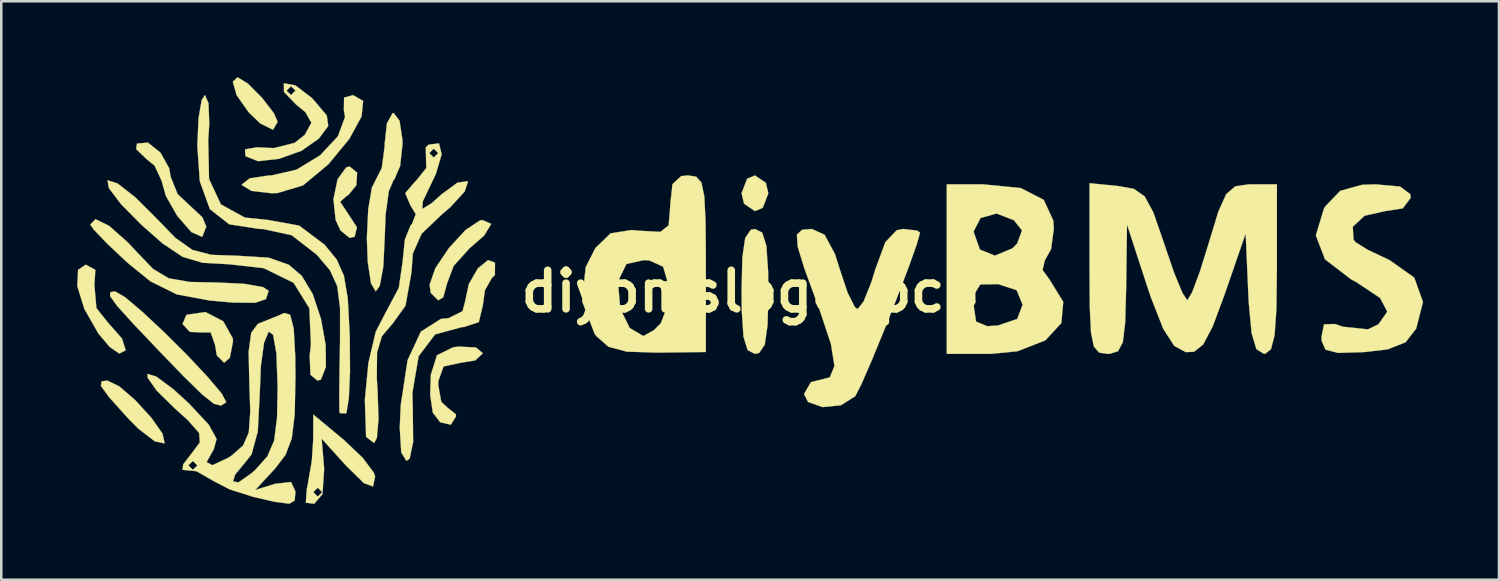
<source format=kicad_pcb>
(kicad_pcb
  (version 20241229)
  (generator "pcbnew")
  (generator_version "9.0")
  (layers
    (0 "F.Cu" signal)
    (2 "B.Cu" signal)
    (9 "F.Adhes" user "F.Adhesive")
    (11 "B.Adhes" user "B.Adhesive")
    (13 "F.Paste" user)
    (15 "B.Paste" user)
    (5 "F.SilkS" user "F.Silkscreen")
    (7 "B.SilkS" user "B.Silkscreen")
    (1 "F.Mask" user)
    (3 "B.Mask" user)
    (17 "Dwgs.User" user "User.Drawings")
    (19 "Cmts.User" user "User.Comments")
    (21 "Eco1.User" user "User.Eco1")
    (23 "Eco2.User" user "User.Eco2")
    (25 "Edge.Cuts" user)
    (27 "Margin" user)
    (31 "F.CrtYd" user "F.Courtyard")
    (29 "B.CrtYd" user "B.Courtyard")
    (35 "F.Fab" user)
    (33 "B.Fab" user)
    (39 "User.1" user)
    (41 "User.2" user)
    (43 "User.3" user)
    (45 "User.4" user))
  (footprint "diybmslogo_pcb"
    (layer "F.Cu")
    (at 26.624 8.472)
    (property "Reference" "diybmslogo_pcb" (at 0 0 0) (layer "F.SilkS") (effects (font (size 1.524 1.524) (thickness 0.3))))
    (attr through_hole)
    (fp_poly (pts (xy 0.607 -4.292) (xy 0.706 -3.881) (xy 0.485 -3.306) (xy 0.176 -3.175) (xy -0.255 -3.469) (xy -0.353 -3.881) (xy -0.132 -4.455) (xy 0.176 -4.586) (xy 0.607 -4.292)) (stroke (width 0.01) (type solid)) (fill yes) (layer "F.SilkS"))
    (fp_poly (pts (xy -19.874 -8.219) (xy -19.312 -7.654) (xy -18.843 -7.043) (xy -18.697 -6.703) (xy -18.881 -6.391) (xy -19.387 -6.643) (xy -19.844 -7.085) (xy -20.318 -7.758) (xy -20.468 -8.288) (xy -20.285 -8.467) (xy -19.874 -8.219)) (stroke (width 0.01) (type solid)) (fill yes) (layer "F.SilkS"))
    (fp_poly (pts (xy -25.904 -0.852) (xy -25.942 -0.249) (xy -25.862 0.659) (xy -25.42 1.217) (xy -24.847 1.868) (xy -24.705 2.328) (xy -24.959 2.458) (xy -25.338 2.194) (xy -25.785 1.665) (xy -26.34 0.69) (xy -26.619 -0.21) (xy -26.587 -0.852) (xy -26.282 -1.058) (xy -25.904 -0.852)) (stroke (width 0.01) (type solid)) (fill yes) (layer "F.SilkS"))
    (fp_poly (pts (xy -24.955 3.755) (xy -24.319 4.307) (xy -23.692 4.994) (xy -23.249 5.622) (xy -23.165 5.999) (xy -23.173 6.008) (xy -23.553 5.928) (xy -24.202 5.43) (xy -24.606 5.023) (xy -25.358 4.184) (xy -25.686 3.734) (xy -25.654 3.555) (xy -25.427 3.528) (xy -24.955 3.755)) (stroke (width 0.01) (type solid)) (fill yes) (layer "F.SilkS"))
    (fp_poly (pts (xy -20.844 1.184) (xy -20.47 1.856) (xy -20.461 1.981) (xy -20.587 2.624) (xy -20.814 2.822) (xy -21.102 2.527) (xy -21.167 2.128) (xy -21.344 1.62) (xy -21.66 1.623) (xy -22.167 1.601) (xy -22.457 1.289) (xy -22.306 0.932) (xy -22.292 0.923) (xy -21.552 0.815) (xy -20.844 1.184)) (stroke (width 0.01) (type solid)) (fill yes) (layer "F.SilkS"))
    (fp_poly (pts (xy -10.251 -2.668) (xy -10.53 -2.209) (xy -11.113 -1.701) (xy -11.738 -1.008) (xy -11.994 -0.327) (xy -12.147 0.232) (xy -12.347 0.353) (xy -12.641 0.062) (xy -12.689 -0.265) (xy -12.459 -0.919) (xy -11.918 -1.722) (xy -11.263 -2.432) (xy -10.692 -2.808) (xy -10.6 -2.822) (xy -10.251 -2.668)) (stroke (width 0.01) (type solid)) (fill yes) (layer "F.SilkS"))
    (fp_poly (pts (xy -15.553 -4.695) (xy -15.584 -4.198) (xy -15.911 -3.8) (xy -15.963 -3.778) (xy -16.227 -3.542) (xy -15.963 -3.149) (xy -15.562 -2.535) (xy -15.65 -2.162) (xy -15.851 -2.117) (xy -16.209 -2.408) (xy -16.404 -2.822) (xy -16.49 -3.644) (xy -16.326 -4.434) (xy -15.987 -4.903) (xy -15.851 -4.939) (xy -15.553 -4.695)) (stroke (width 0.01) (type solid)) (fill yes) (layer "F.SilkS"))
    (fp_poly (pts (xy 0.464 -2.324) (xy 0.628 -1.802) (xy 0.698 -0.773) (xy 0.706 0) (xy 0.674 1.342) (xy 0.563 2.11) (xy 0.342 2.433) (xy 0.176 2.469) (xy -0.111 2.324) (xy -0.276 1.802) (xy -0.345 0.773) (xy -0.353 0) (xy -0.322 -1.342) (xy -0.21 -2.11) (xy 0.011 -2.433) (xy 0.176 -2.469) (xy 0.464 -2.324)) (stroke (width 0.01) (type solid)) (fill yes) (layer "F.SilkS"))
    (fp_poly (pts (xy -23.329 -5.487) (xy -22.981 -4.864) (xy -22.931 -4.546) (xy -22.654 -3.851) (xy -22.225 -3.446) (xy -21.671 -2.93) (xy -21.519 -2.561) (xy -21.677 -2.155) (xy -22.109 -2.346) (xy -22.666 -2.988) (xy -23.117 -3.778) (xy -23.283 -4.37) (xy -23.56 -4.971) (xy -23.898 -5.248) (xy -24.289 -5.628) (xy -24.259 -5.845) (xy -23.827 -5.884) (xy -23.329 -5.487)) (stroke (width 0.01) (type solid)) (fill yes) (layer "F.SilkS"))
    (fp_poly (pts (xy -24.733 0.226) (xy -24.037 0.814) (xy -23.17 1.626) (xy -22.268 2.525) (xy -21.469 3.375) (xy -20.91 4.038) (xy -20.727 4.378) (xy -20.733 4.387) (xy -20.938 4.516) (xy -21.216 4.442) (xy -21.672 4.083) (xy -22.411 3.36) (xy -23.372 2.366) (xy -24.423 1.26) (xy -25.05 0.564) (xy -25.323 0.185) (xy -25.309 0.028) (xy -25.12 0) (xy -24.733 0.226)) (stroke (width 0.01) (type solid)) (fill yes) (layer "F.SilkS"))
    (fp_poly (pts (xy -10.854 2.217) (xy -10.583 2.446) (xy -10.885 2.729) (xy -11.465 2.822) (xy -12.137 2.968) (xy -12.343 3.542) (xy -12.347 3.704) (xy -12.226 4.367) (xy -11.994 4.586) (xy -11.652 4.855) (xy -11.642 4.939) (xy -11.85 5.271) (xy -12.269 5.174) (xy -12.561 4.792) (xy -12.666 4.083) (xy -12.638 3.293) (xy -12.397 2.525) (xy -11.767 2.212) (xy -11.553 2.181) (xy -10.854 2.217)) (stroke (width 0.01) (type solid)) (fill yes) (layer "F.SilkS"))
    (fp_poly (pts (xy -15.315 -7.531) (xy -15.378 -6.918) (xy -15.861 -6.033) (xy -16.689 -5.027) (xy -17.692 -4.193) (xy -18.704 -3.889) (xy -18.943 -3.881) (xy -19.731 -3.974) (xy -20.104 -4.202) (xy -20.108 -4.233) (xy -19.799 -4.472) (xy -19.045 -4.585) (xy -18.94 -4.586) (xy -17.951 -4.812) (xy -17.016 -5.381) (xy -16.316 -6.129) (xy -16.032 -6.893) (xy -16.078 -7.175) (xy -16.07 -7.662) (xy -15.713 -7.761) (xy -15.315 -7.531)) (stroke (width 0.01) (type solid)) (fill yes) (layer "F.SilkS"))
    (fp_poly (pts (xy -25.361 -2.593) (xy -24.609 -1.929) (xy -24.294 -1.587) (xy -23.62 -0.887) (xy -23 -0.517) (xy -22.166 -0.374) (xy -21.13 -0.353) (xy -20.025 -0.302) (xy -19.27 -0.169) (xy -19.05 -0.021) (xy -19.161 0.304) (xy -19.588 0.45) (xy -20.474 0.441) (xy -21.384 0.36) (xy -22.682 0.119) (xy -23.728 -0.399) (xy -24.647 -1.146) (xy -25.446 -1.899) (xy -25.976 -2.454) (xy -26.106 -2.645) (xy -25.899 -2.855) (xy -25.361 -2.593)) (stroke (width 0.01) (type solid)) (fill yes) (layer "F.SilkS"))
    (fp_poly (pts (xy -13.876 -6.746) (xy -13.761 -5.986) (xy -13.758 -5.842) (xy -13.852 -4.963) (xy -14.08 -4.434) (xy -14.111 -4.41) (xy -14.3 -3.966) (xy -14.428 -3.038) (xy -14.464 -2.096) (xy -14.518 -0.977) (xy -14.659 -0.219) (xy -14.817 0) (xy -15.005 -0.321) (xy -15.133 -1.158) (xy -15.169 -2.096) (xy -15.114 -3.251) (xy -14.971 -4.1) (xy -14.817 -4.41) (xy -14.578 -4.879) (xy -14.465 -5.734) (xy -14.464 -5.842) (xy -14.374 -6.649) (xy -14.153 -7.047) (xy -14.111 -7.056) (xy -13.876 -6.746)) (stroke (width 0.01) (type solid)) (fill yes) (layer "F.SilkS"))
    (fp_poly (pts (xy -16.077 5.874) (xy -15.334 6.579) (xy -14.893 7.167) (xy -14.842 7.32) (xy -14.924 7.713) (xy -15.285 7.581) (xy -15.983 6.897) (xy -16.08 6.791) (xy -16.956 5.821) (xy -16.857 7.026) (xy -16.923 8.015) (xy -17.251 8.396) (xy -17.582 8.353) (xy -17.551 7.938) (xy -17.286 7.938) (xy -17.11 8.114) (xy -16.933 7.938) (xy -17.11 7.761) (xy -17.286 7.938) (xy -17.551 7.938) (xy -17.541 7.799) (xy -17.521 7.72) (xy -17.345 6.701) (xy -17.291 5.874) (xy -17.286 4.869) (xy -16.077 5.874)) (stroke (width 0.01) (type solid)) (fill yes) (layer "F.SilkS"))
    (fp_poly (pts (xy -10.102 -1.136) (xy -10.106 -0.646) (xy -10.225 -0.533) (xy -10.502 -0.043) (xy -10.583 0.55) (xy -10.742 1.215) (xy -11.336 1.41) (xy -11.411 1.411) (xy -12.47 1.699) (xy -13.122 2.562) (xy -13.367 4.001) (xy -13.351 4.74) (xy -13.339 5.954) (xy -13.477 6.611) (xy -13.604 6.703) (xy -13.81 6.366) (xy -13.868 5.391) (xy -13.829 4.498) (xy -13.559 2.722) (xy -13.034 1.59) (xy -12.244 1.089) (xy -11.94 1.058) (xy -11.385 0.782) (xy -11.289 0.42) (xy -11.136 -0.29) (xy -10.78 -0.91) (xy -10.374 -1.239) (xy -10.102 -1.136)) (stroke (width 0.01) (type solid)) (fill yes) (layer "F.SilkS"))
    (fp_poly (pts (xy -25.025 -4.268) (xy -24.331 -3.726) (xy -23.608 -3.009) (xy -22.741 -2.118) (xy -22.066 -1.64) (xy -21.32 -1.446) (xy -20.301 -1.411) (xy -19.06 -1.335) (xy -18.257 -1.055) (xy -17.744 -0.617) (xy -17.308 0.108) (xy -16.982 1.089) (xy -16.798 2.117) (xy -16.788 2.983) (xy -16.982 3.48) (xy -17.119 3.528) (xy -17.4 3.295) (xy -17.429 2.53) (xy -17.381 2.103) (xy -17.442 0.669) (xy -18.064 -0.339) (xy -19.246 -0.919) (xy -20.611 -1.072) (xy -21.661 -1.131) (xy -22.451 -1.366) (xy -23.245 -1.896) (xy -24.084 -2.635) (xy -24.89 -3.45) (xy -25.37 -4.085) (xy -25.423 -4.395) (xy -25.025 -4.268)) (stroke (width 0.01) (type solid)) (fill yes) (layer "F.SilkS"))
    (fp_poly (pts (xy -17.993 -8.146) (xy -17.357 -7.657) (xy -17.279 -7.578) (xy -16.754 -6.957) (xy -16.695 -6.543) (xy -17.062 -6.05) (xy -17.073 -6.038) (xy -17.753 -5.561) (xy -18.643 -5.243) (xy -19.471 -5.15) (xy -19.965 -5.345) (xy -19.968 -5.35) (xy -19.987 -5.616) (xy -19.51 -5.698) (xy -18.843 -5.666) (xy -18.023 -5.874) (xy -17.626 -6.189) (xy -17.361 -6.665) (xy -17.596 -7.086) (xy -17.969 -7.391) (xy -18.447 -7.89) (xy -18.447 -7.938) (xy -18.344 -7.938) (xy -18.168 -7.761) (xy -17.992 -7.938) (xy -18.168 -8.114) (xy -18.344 -7.938) (xy -18.447 -7.938) (xy -18.449 -8.225) (xy -18.444 -8.229) (xy -17.993 -8.146)) (stroke (width 0.01) (type solid)) (fill yes) (layer "F.SilkS"))
    (fp_poly (pts (xy 6.592 -2.404) (xy 6.703 -2.323) (xy 6.577 -1.867) (xy 6.249 -0.947) (xy 5.792 0.253) (xy 5.28 1.547) (xy 4.785 2.75) (xy 4.381 3.677) (xy 4.141 4.143) (xy 4.14 4.145) (xy 3.57 4.503) (xy 2.849 4.574) (xy 2.274 4.371) (xy 2.117 4.057) (xy 2.388 3.589) (xy 2.625 3.528) (xy 3.135 3.399) (xy 3.32 2.949) (xy 3.18 2.077) (xy 2.718 0.687) (xy 2.652 0.511) (xy 2.134 -0.897) (xy 1.865 -1.774) (xy 1.835 -2.245) (xy 2.035 -2.435) (xy 2.424 -2.469) (xy 2.929 -2.241) (xy 3.339 -1.48) (xy 3.528 -0.882) (xy 3.84 0.054) (xy 4.128 0.624) (xy 4.233 0.706) (xy 4.473 0.398) (xy 4.785 -0.381) (xy 4.939 -0.882) (xy 5.331 -1.945) (xy 5.78 -2.418) (xy 6.043 -2.469) (xy 6.592 -2.404)) (stroke (width 0.01) (type solid)) (fill yes) (layer "F.SilkS"))
    (fp_poly (pts (xy 25.681 -4.145) (xy 26.081 -3.852) (xy 26.106 -3.704) (xy 25.792 -3.283) (xy 25.085 -3.175) (xy 24.281 -2.992) (xy 23.814 -2.556) (xy 23.844 -2.042) (xy 23.925 -1.944) (xy 24.393 -1.651) (xy 25.201 -1.268) (xy 25.26 -1.243) (xy 26.245 -0.545) (xy 26.589 0.419) (xy 26.321 1.47) (xy 25.901 2.011) (xy 25.19 2.292) (xy 24.245 2.401) (xy 23.231 2.431) (xy 22.737 2.305) (xy 22.584 1.959) (xy 22.578 1.792) (xy 22.676 1.302) (xy 23.107 1.288) (xy 23.423 1.397) (xy 24.415 1.5) (xy 24.828 1.3) (xy 25.178 0.802) (xy 24.896 0.262) (xy 23.955 -0.368) (xy 23.749 -0.476) (xy 22.716 -1.268) (xy 22.353 -2.216) (xy 22.676 -3.279) (xy 22.733 -3.369) (xy 23.318 -3.976) (xy 24.17 -4.213) (xy 24.703 -4.233) (xy 25.681 -4.145)) (stroke (width 0.01) (type solid)) (fill yes) (layer "F.SilkS"))
    (fp_poly (pts (xy -21.431 -7.446) (xy -21.399 -6.64) (xy -21.441 -5.987) (xy -21.409 -4.447) (xy -20.939 -3.441) (xy -19.998 -2.921) (xy -19.061 -2.822) (xy -17.847 -2.602) (xy -16.846 -1.852) (xy -16.365 -1.266) (xy -16.075 -0.622) (xy -15.922 0.289) (xy -15.849 1.675) (xy -15.844 1.857) (xy -15.835 3.184) (xy -15.881 4.223) (xy -15.973 4.786) (xy -15.997 4.826) (xy -16.239 4.811) (xy -16.255 4.733) (xy -16.261 4.238) (xy -16.252 3.252) (xy -16.23 1.987) (xy -16.229 1.986) (xy -16.229 0.652) (xy -16.34 -0.211) (xy -16.625 -0.833) (xy -17.145 -1.448) (xy -17.151 -1.454) (xy -18.143 -2.222) (xy -19.279 -2.468) (xy -19.414 -2.469) (xy -20.61 -2.652) (xy -21.376 -3.254) (xy -21.775 -4.36) (xy -21.872 -5.76) (xy -21.824 -6.842) (xy -21.7 -7.568) (xy -21.571 -7.761) (xy -21.431 -7.446)) (stroke (width 0.01) (type solid)) (fill yes) (layer "F.SilkS"))
    (fp_poly (pts (xy -2.147 -4.537) (xy -1.941 -4.305) (xy -1.826 -3.761) (xy -1.776 -2.778) (xy -1.764 -1.226) (xy -1.764 -1.095) (xy -1.764 2.396) (xy -3.694 2.42) (xy -4.892 2.382) (xy -5.615 2.19) (xy -6.089 1.773) (xy -6.163 1.672) (xy -6.654 0.402) (xy -6.59 -0.243) (xy -5.229 -0.243) (xy -5.148 0.692) (xy -4.775 1.448) (xy -4.24 1.764) (xy -4.233 1.764) (xy -3.809 1.525) (xy -3.545 1.256) (xy -3.269 0.544) (xy -3.238 -0.243) (xy -3.456 -0.98) (xy -4.007 -1.226) (xy -4.233 -1.235) (xy -4.906 -1.084) (xy -5.192 -0.497) (xy -5.229 -0.243) (xy -6.59 -0.243) (xy -6.519 -0.952) (xy -6.13 -1.719) (xy -5.531 -2.297) (xy -4.702 -2.427) (xy -4.366 -2.397) (xy -3.562 -2.355) (xy -3.237 -2.611) (xy -3.175 -3.354) (xy -3.175 -3.422) (xy -3.085 -4.243) (xy -2.74 -4.559) (xy -2.469 -4.586) (xy -2.147 -4.537)) (stroke (width 0.01) (type solid)) (fill yes) (layer "F.SilkS"))
    (fp_poly (pts (xy 10.689 -4.086) (xy 11.595 -3.62) (xy 11.974 -2.797) (xy 11.994 -2.478) (xy 11.884 -1.667) (xy 11.639 -1.233) (xy 11.548 -0.847) (xy 11.815 -0.481) (xy 12.367 0.413) (xy 12.29 1.251) (xy 11.66 1.934) (xy 10.552 2.367) (xy 9.5 2.469) (xy 7.761 2.469) (xy 7.761 0.529) (xy 8.819 0.529) (xy 8.918 1.191) (xy 9.36 1.376) (xy 9.79 1.346) (xy 10.546 1.089) (xy 10.76 0.529) (xy 10.526 -0.048) (xy 9.79 -0.288) (xy 9.087 -0.275) (xy 8.84 0.121) (xy 8.819 0.529) (xy 7.761 0.529) (xy 7.761 -2.363) (xy 8.819 -2.363) (xy 9.07 -1.655) (xy 9.662 -1.414) (xy 10.359 -1.704) (xy 10.544 -1.893) (xy 10.736 -2.41) (xy 10.416 -2.815) (xy 9.726 -3.08) (xy 9.096 -2.902) (xy 8.819 -2.364) (xy 8.819 -2.363) (xy 7.761 -2.363) (xy 7.761 -4.233) (xy 9.195 -4.233) (xy 10.689 -4.086)) (stroke (width 0.01) (type solid)) (fill yes) (layer "F.SilkS"))
    (fp_poly (pts (xy 14.534 -4.167) (xy 15.161 -4.054) (xy 15.585 -3.756) (xy 15.932 -3.114) (xy 16.33 -1.965) (xy 16.366 -1.852) (xy 16.752 -0.731) (xy 17.079 0.063) (xy 17.27 0.353) (xy 17.46 0.041) (xy 17.767 -0.776) (xy 18.123 -1.923) (xy 18.128 -1.94) (xy 18.501 -3.161) (xy 18.811 -3.85) (xy 19.17 -4.156) (xy 19.687 -4.232) (xy 19.799 -4.233) (xy 20.814 -4.233) (xy 20.814 -0.882) (xy 20.794 0.725) (xy 20.721 1.742) (xy 20.579 2.284) (xy 20.35 2.466) (xy 20.301 2.469) (xy 20.003 2.283) (xy 19.813 1.646) (xy 19.701 0.445) (xy 19.683 0.088) (xy 19.579 -2.293) (xy 18.75 0.108) (xy 18.277 1.38) (xy 17.901 2.097) (xy 17.535 2.388) (xy 17.211 2.401) (xy 16.754 2.152) (xy 16.32 1.477) (xy 15.84 0.257) (xy 15.694 -0.176) (xy 14.887 -2.646) (xy 14.852 -0.088) (xy 14.815 1.238) (xy 14.722 2.008) (xy 14.529 2.368) (xy 14.194 2.468) (xy 14.111 2.469) (xy 13.784 2.419) (xy 13.577 2.181) (xy 13.463 1.625) (xy 13.415 0.621) (xy 13.406 -0.904) (xy 13.406 -4.278) (xy 14.534 -4.167)) (stroke (width 0.01) (type solid)) (fill yes) (layer "F.SilkS"))
    (fp_poly (pts (xy -12.212 -5.416) (xy -12.441 -4.641) (xy -12.542 -4.432) (xy -12.956 -3.561) (xy -12.978 -3.259) (xy -12.593 -3.499) (xy -12.208 -3.846) (xy -11.588 -4.299) (xy -11.194 -4.356) (xy -11.172 -4.33) (xy -11.304 -3.946) (xy -11.861 -3.338) (xy -12.193 -3.054) (xy -13.003 -2.282) (xy -13.349 -1.504) (xy -13.406 -0.745) (xy -13.641 0.567) (xy -14.147 1.267) (xy -14.574 1.77) (xy -14.766 2.418) (xy -14.775 3.443) (xy -14.742 3.968) (xy -14.708 5.056) (xy -14.772 5.792) (xy -14.882 5.997) (xy -15.197 5.752) (xy -15.2 5.733) (xy -15.248 4.286) (xy -15.108 2.828) (xy -14.819 1.598) (xy -14.437 0.859) (xy -13.905 -0.141) (xy -13.758 -1.148) (xy -13.665 -2.053) (xy -13.436 -2.617) (xy -13.388 -2.656) (xy -13.234 -3.056) (xy -13.441 -3.394) (xy -13.652 -3.883) (xy -13.262 -4.342) (xy -13.228 -4.367) (xy -12.819 -4.878) (xy -12.828 -5.214) (xy -12.834 -5.468) (xy -12.7 -5.468) (xy -12.524 -5.292) (xy -12.347 -5.468) (xy -12.524 -5.644) (xy -12.7 -5.468) (xy -12.834 -5.468) (xy -12.839 -5.695) (xy -12.73 -5.802) (xy -12.315 -5.854) (xy -12.212 -5.416)) (stroke (width 0.01) (type solid)) (fill yes) (layer "F.SilkS"))
    (fp_poly (pts (xy -18.2 0.925) (xy -18.061 1.469) (xy -17.999 2.577) (xy -17.992 3.387) (xy -18.021 4.85) (xy -18.136 5.808) (xy -18.384 6.462) (xy -18.785 6.988) (xy -19.579 7.849) (xy -18.785 7.605) (xy -18.165 7.538) (xy -17.992 7.914) (xy -18.023 8.268) (xy -18.238 8.396) (xy -18.814 8.319) (xy -19.665 8.123) (xy -20.596 7.826) (xy -21.199 7.513) (xy -20.461 7.513) (xy -20.245 7.552) (xy -19.711 7.175) (xy -19.579 7.056) (xy -19.101 6.519) (xy -18.834 5.9) (xy -18.719 4.98) (xy -18.697 3.798) (xy -18.744 2.464) (xy -18.876 1.716) (xy -19.05 1.587) (xy -19.234 2.029) (xy -19.361 2.963) (xy -19.403 4.035) (xy -19.481 5.538) (xy -19.726 6.439) (xy -19.932 6.703) (xy -20.377 7.243) (xy -20.461 7.513) (xy -21.199 7.513) (xy -21.246 7.488) (xy -21.253 7.483) (xy -21.904 7.109) (xy -22.456 7.056) (xy -22.436 6.879) (xy -22.225 6.879) (xy -22.049 7.056) (xy -21.872 6.879) (xy -22.049 6.703) (xy -22.225 6.879) (xy -22.436 6.879) (xy -22.431 6.839) (xy -22.091 6.397) (xy -21.772 5.969) (xy -21.802 5.595) (xy -22.256 5.081) (xy -22.779 4.611) (xy -23.48 3.92) (xy -23.84 3.409) (xy -23.843 3.264) (xy -23.494 3.367) (xy -22.825 3.863) (xy -22.227 4.407) (xy -21.423 5.266) (xy -21.11 5.832) (xy -21.218 6.235) (xy -21.226 6.245) (xy -21.505 6.749) (xy -21.276 6.871) (xy -20.645 6.576) (xy -20.5 6.478) (xy -20.061 6.091) (xy -19.837 5.579) (xy -19.778 4.738) (xy -19.815 3.682) (xy -19.843 2.382) (xy -19.74 1.634) (xy -19.482 1.288) (xy -19.403 1.252) (xy -18.639 0.945) (xy -18.433 0.852) (xy -18.2 0.925)) (stroke (width 0.01) (type solid)) (fill yes) (layer "F.SilkS")))
  (gr_rect
    (start -3 -3)
    (end 56.218 19.873)
    (stroke (width 0.1) (type default))
    (fill no)
    (layer "Edge.Cuts")))
</source>
